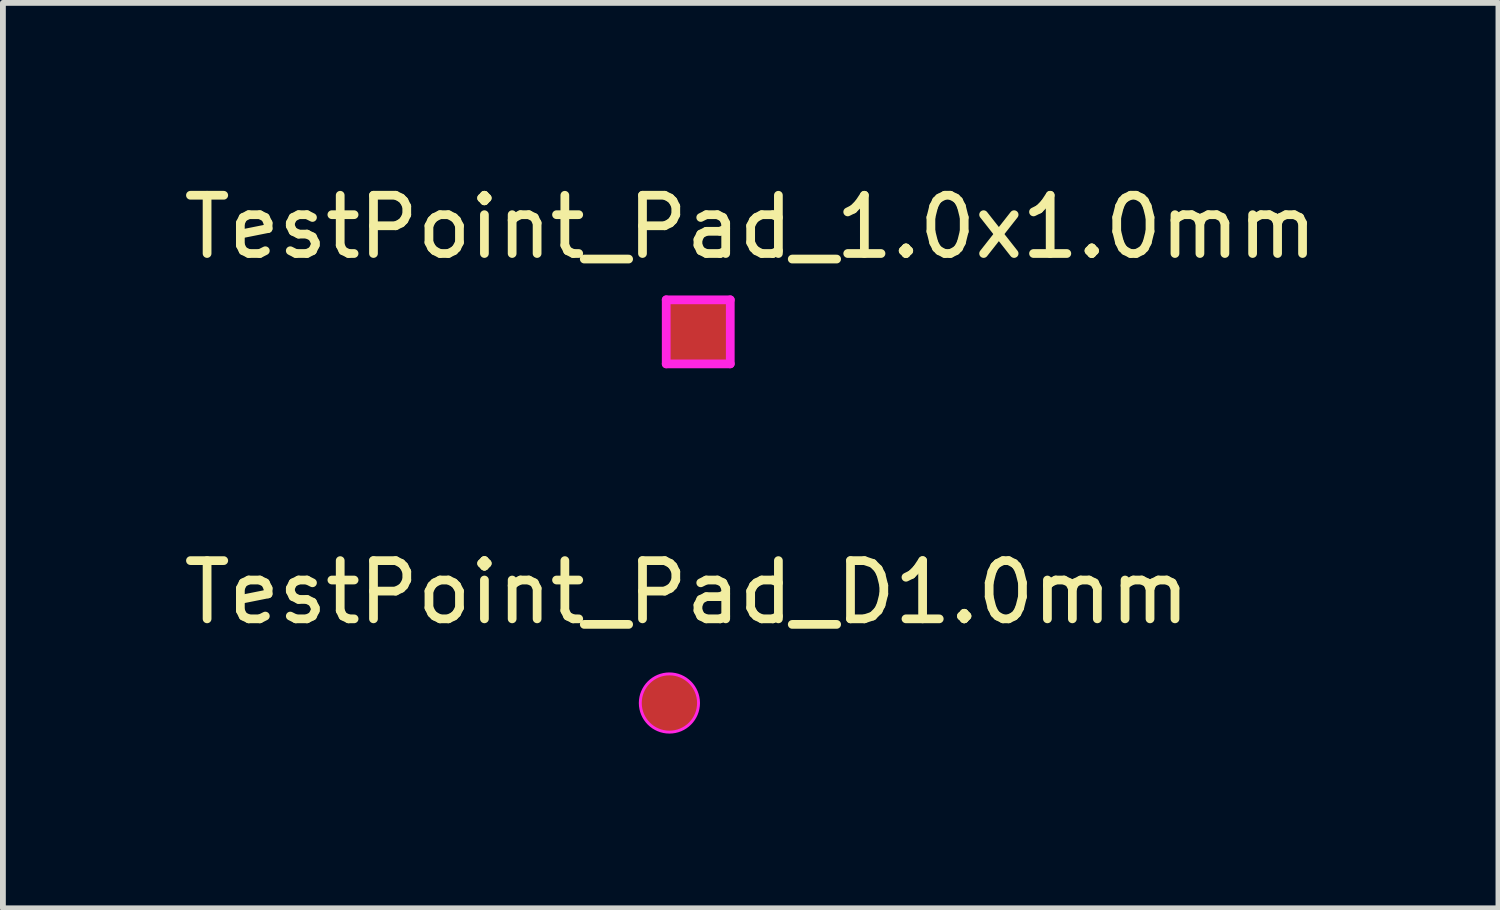
<source format=kicad_pcb>
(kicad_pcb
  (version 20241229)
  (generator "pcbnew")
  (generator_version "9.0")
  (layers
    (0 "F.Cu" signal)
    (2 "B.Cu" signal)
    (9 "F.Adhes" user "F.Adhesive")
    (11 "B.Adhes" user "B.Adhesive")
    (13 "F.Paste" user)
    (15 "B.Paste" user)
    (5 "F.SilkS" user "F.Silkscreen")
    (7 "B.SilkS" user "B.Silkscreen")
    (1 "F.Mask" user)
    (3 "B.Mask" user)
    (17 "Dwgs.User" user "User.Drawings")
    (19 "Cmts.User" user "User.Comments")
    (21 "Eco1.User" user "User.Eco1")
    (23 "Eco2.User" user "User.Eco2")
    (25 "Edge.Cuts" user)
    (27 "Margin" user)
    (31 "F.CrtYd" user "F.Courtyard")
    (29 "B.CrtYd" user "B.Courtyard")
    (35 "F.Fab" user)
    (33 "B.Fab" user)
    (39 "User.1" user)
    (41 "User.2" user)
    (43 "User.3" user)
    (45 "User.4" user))
  (footprint "TestPoint_Pad_1.0x1.0mm"
    (layer "F.Cu")
    (at 8.939 2.648)
    (property "Reference" "TestPoint_Pad_1.0x1.0mm" (at 0.9 -1.8 0) (layer "F.SilkS") (effects (font (size 1 1) (thickness 0.15))))
    (attr exclude_from_pos_files exclude_from_bom)
    (fp_line (start -0.55 -0.55) (end 0.55 -0.55) (stroke (width 0.15) (type solid)) (layer "F.CrtYd"))
    (fp_line (start -0.55 0.55) (end -0.55 -0.55) (stroke (width 0.15) (type solid)) (layer "F.CrtYd"))
    (fp_line (start 0.55 -0.55) (end 0.55 0.55) (stroke (width 0.15) (type solid)) (layer "F.CrtYd"))
    (fp_line (start 0.55 0.55) (end -0.55 0.55) (stroke (width 0.15) (type solid)) (layer "F.CrtYd"))
    (pad "1" smd rect (at 0 0) (size 1 1) (layers "F.Cu" "F.Mask")))
  (footprint "TestPoint_Pad_D1.0mm"
    (layer "F.Cu")
    (at 8.444 9.021)
    (property "Reference" "TestPoint_Pad_D1.0mm" (at 0.3 -1.9 0) (layer "F.SilkS") (effects (font (size 1 1) (thickness 0.15))))
    (attr exclude_from_pos_files exclude_from_bom)
    (fp_circle (center 0 0) (end 0.5 0) (stroke (width 0.05) (type solid)) (fill no) (layer "F.CrtYd"))
    (pad "1" smd circle (at 0 0) (size 1 1) (layers "F.Cu" "F.Mask")))
  (gr_rect
    (start -3 -3)
    (end 22.679 12.546)
    (stroke (width 0.1) (type default))
    (fill no)
    (layer "Edge.Cuts")))
</source>
